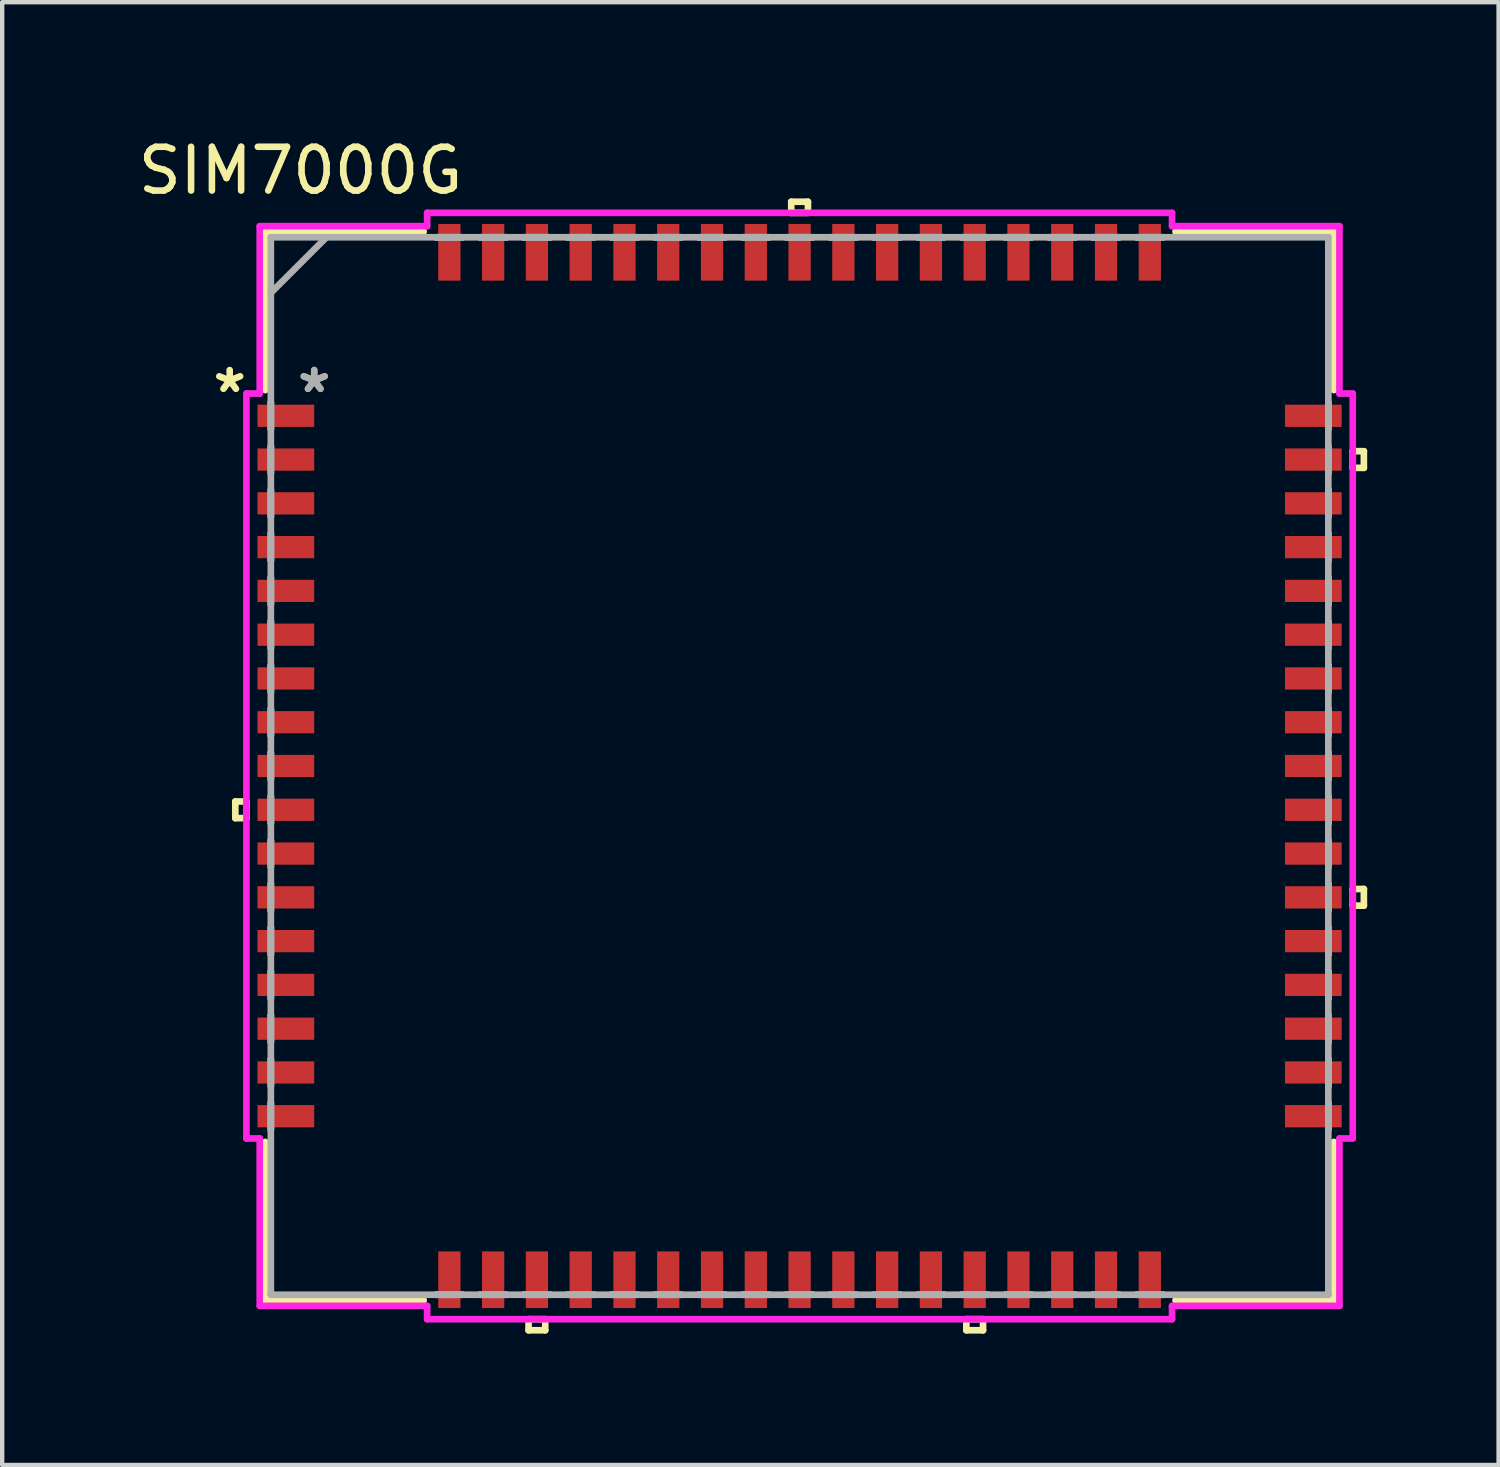
<source format=kicad_pcb>
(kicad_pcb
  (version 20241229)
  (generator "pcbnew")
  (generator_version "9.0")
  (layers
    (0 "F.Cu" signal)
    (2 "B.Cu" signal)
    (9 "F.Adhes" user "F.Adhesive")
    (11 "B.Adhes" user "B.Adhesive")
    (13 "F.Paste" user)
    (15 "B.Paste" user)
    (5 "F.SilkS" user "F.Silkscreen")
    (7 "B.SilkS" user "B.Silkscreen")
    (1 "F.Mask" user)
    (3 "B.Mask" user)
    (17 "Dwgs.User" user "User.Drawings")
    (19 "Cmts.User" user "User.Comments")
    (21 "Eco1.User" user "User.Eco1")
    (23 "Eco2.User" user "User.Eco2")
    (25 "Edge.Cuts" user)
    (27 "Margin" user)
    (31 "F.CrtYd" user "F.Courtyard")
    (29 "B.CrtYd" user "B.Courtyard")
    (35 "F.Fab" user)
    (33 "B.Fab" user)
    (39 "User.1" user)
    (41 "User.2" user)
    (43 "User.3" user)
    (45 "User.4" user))
  (footprint "SIM7000G"
    (layer "F.Cu")
    (at 15.215 14.448)
    (property "Reference" "SIM7000G" (at -11.4 -13.6 0) (layer "F.SilkS") (effects (font (size 1 1) (thickness 0.15))))
    (attr through_hole)
    (fp_line (start -12.89 0.81) (end -12.89 1.191) (stroke (width 0.152) (type solid)) (layer "F.SilkS"))
    (fp_line (start -12.89 1.191) (end -12.636 1.191) (stroke (width 0.152) (type solid)) (layer "F.SilkS"))
    (fp_line (start -12.636 0.81) (end -12.89 0.81) (stroke (width 0.152) (type solid)) (layer "F.SilkS"))
    (fp_line (start -12.636 1.191) (end -12.636 0.81) (stroke (width 0.152) (type solid)) (layer "F.SilkS"))
    (fp_line (start -12.205 -12.205) (end -12.205 -8.587) (stroke (width 0.152) (type solid)) (layer "F.SilkS"))
    (fp_line (start -12.205 8.587) (end -12.205 12.205) (stroke (width 0.152) (type solid)) (layer "F.SilkS"))
    (fp_line (start -12.205 12.205) (end -8.587 12.205) (stroke (width 0.152) (type solid)) (layer "F.SilkS"))
    (fp_line (start -8.587 -12.205) (end -12.205 -12.205) (stroke (width 0.152) (type solid)) (layer "F.SilkS"))
    (fp_line (start -6.191 12.636) (end -6.191 12.89) (stroke (width 0.152) (type solid)) (layer "F.SilkS"))
    (fp_line (start -6.191 12.89) (end -5.81 12.89) (stroke (width 0.152) (type solid)) (layer "F.SilkS"))
    (fp_line (start -5.81 12.636) (end -6.191 12.636) (stroke (width 0.152) (type solid)) (layer "F.SilkS"))
    (fp_line (start -5.81 12.89) (end -5.81 12.636) (stroke (width 0.152) (type solid)) (layer "F.SilkS"))
    (fp_line (start -0.191 -12.89) (end 0.191 -12.89) (stroke (width 0.152) (type solid)) (layer "F.SilkS"))
    (fp_line (start -0.191 -12.636) (end -0.191 -12.89) (stroke (width 0.152) (type solid)) (layer "F.SilkS"))
    (fp_line (start 0.191 -12.89) (end 0.191 -12.636) (stroke (width 0.152) (type solid)) (layer "F.SilkS"))
    (fp_line (start 0.191 -12.636) (end -0.191 -12.636) (stroke (width 0.152) (type solid)) (layer "F.SilkS"))
    (fp_line (start 3.809 12.636) (end 3.809 12.89) (stroke (width 0.152) (type solid)) (layer "F.SilkS"))
    (fp_line (start 3.809 12.89) (end 4.191 12.89) (stroke (width 0.152) (type solid)) (layer "F.SilkS"))
    (fp_line (start 4.191 12.636) (end 3.809 12.636) (stroke (width 0.152) (type solid)) (layer "F.SilkS"))
    (fp_line (start 4.191 12.89) (end 4.191 12.636) (stroke (width 0.152) (type solid)) (layer "F.SilkS"))
    (fp_line (start 8.587 12.205) (end 12.205 12.205) (stroke (width 0.152) (type solid)) (layer "F.SilkS"))
    (fp_line (start 12.205 -12.205) (end 8.587 -12.205) (stroke (width 0.152) (type solid)) (layer "F.SilkS"))
    (fp_line (start 12.205 -8.587) (end 12.205 -12.205) (stroke (width 0.152) (type solid)) (layer "F.SilkS"))
    (fp_line (start 12.205 12.205) (end 12.205 8.587) (stroke (width 0.152) (type solid)) (layer "F.SilkS"))
    (fp_line (start 12.636 -7.191) (end 12.89 -7.191) (stroke (width 0.152) (type solid)) (layer "F.SilkS"))
    (fp_line (start 12.636 -6.81) (end 12.636 -7.191) (stroke (width 0.152) (type solid)) (layer "F.SilkS"))
    (fp_line (start 12.636 2.809) (end 12.89 2.809) (stroke (width 0.152) (type solid)) (layer "F.SilkS"))
    (fp_line (start 12.636 3.19) (end 12.636 2.809) (stroke (width 0.152) (type solid)) (layer "F.SilkS"))
    (fp_line (start 12.89 -7.191) (end 12.89 -6.81) (stroke (width 0.152) (type solid)) (layer "F.SilkS"))
    (fp_line (start 12.89 -6.81) (end 12.636 -6.81) (stroke (width 0.152) (type solid)) (layer "F.SilkS"))
    (fp_line (start 12.89 2.809) (end 12.89 3.19) (stroke (width 0.152) (type solid)) (layer "F.SilkS"))
    (fp_line (start 12.89 3.19) (end 12.636 3.19) (stroke (width 0.152) (type solid)) (layer "F.SilkS"))
    (fp_line (start -12.636 -8.508) (end -12.332 -8.508) (stroke (width 0.152) (type solid)) (layer "F.CrtYd"))
    (fp_line (start -12.636 8.508) (end -12.636 -8.508) (stroke (width 0.152) (type solid)) (layer "F.CrtYd"))
    (fp_line (start -12.332 -12.332) (end -8.508 -12.332) (stroke (width 0.152) (type solid)) (layer "F.CrtYd"))
    (fp_line (start -12.332 -8.508) (end -12.332 -12.332) (stroke (width 0.152) (type solid)) (layer "F.CrtYd"))
    (fp_line (start -12.332 8.508) (end -12.636 8.508) (stroke (width 0.152) (type solid)) (layer "F.CrtYd"))
    (fp_line (start -12.332 12.332) (end -12.332 8.508) (stroke (width 0.152) (type solid)) (layer "F.CrtYd"))
    (fp_line (start -8.508 -12.636) (end 8.508 -12.636) (stroke (width 0.152) (type solid)) (layer "F.CrtYd"))
    (fp_line (start -8.508 -12.332) (end -8.508 -12.636) (stroke (width 0.152) (type solid)) (layer "F.CrtYd"))
    (fp_line (start -8.508 12.332) (end -12.332 12.332) (stroke (width 0.152) (type solid)) (layer "F.CrtYd"))
    (fp_line (start -8.508 12.636) (end -8.508 12.332) (stroke (width 0.152) (type solid)) (layer "F.CrtYd"))
    (fp_line (start 8.508 -12.636) (end 8.508 -12.332) (stroke (width 0.152) (type solid)) (layer "F.CrtYd"))
    (fp_line (start 8.508 -12.332) (end 12.332 -12.332) (stroke (width 0.152) (type solid)) (layer "F.CrtYd"))
    (fp_line (start 8.508 12.332) (end 8.508 12.636) (stroke (width 0.152) (type solid)) (layer "F.CrtYd"))
    (fp_line (start 8.508 12.636) (end -8.508 12.636) (stroke (width 0.152) (type solid)) (layer "F.CrtYd"))
    (fp_line (start 12.332 -12.332) (end 12.332 -8.508) (stroke (width 0.152) (type solid)) (layer "F.CrtYd"))
    (fp_line (start 12.332 -8.508) (end 12.636 -8.508) (stroke (width 0.152) (type solid)) (layer "F.CrtYd"))
    (fp_line (start 12.332 8.508) (end 12.332 12.332) (stroke (width 0.152) (type solid)) (layer "F.CrtYd"))
    (fp_line (start 12.332 12.332) (end 8.508 12.332) (stroke (width 0.152) (type solid)) (layer "F.CrtYd"))
    (fp_line (start 12.636 -8.508) (end 12.636 8.508) (stroke (width 0.152) (type solid)) (layer "F.CrtYd"))
    (fp_line (start 12.636 8.508) (end 12.332 8.508) (stroke (width 0.152) (type solid)) (layer "F.CrtYd"))
    (fp_line (start -12.078 -12.078) (end -12.078 -12.078) (stroke (width 0.152) (type solid)) (layer "F.Fab"))
    (fp_line (start -12.078 -12.078) (end -12.078 12.078) (stroke (width 0.152) (type solid)) (layer "F.Fab"))
    (fp_line (start -12.078 -10.808) (end -10.808 -12.078) (stroke (width 0.152) (type solid)) (layer "F.Fab"))
    (fp_line (start -12.078 -8.305) (end -12.078 -8.305) (stroke (width 0.152) (type solid)) (layer "F.Fab"))
    (fp_line (start -12.078 -8.305) (end -12.078 -7.695) (stroke (width 0.152) (type solid)) (layer "F.Fab"))
    (fp_line (start -12.078 -7.695) (end -12.078 -8.305) (stroke (width 0.152) (type solid)) (layer "F.Fab"))
    (fp_line (start -12.078 -7.695) (end -12.078 -7.695) (stroke (width 0.152) (type solid)) (layer "F.Fab"))
    (fp_line (start -12.078 -7.305) (end -12.078 -7.305) (stroke (width 0.152) (type solid)) (layer "F.Fab"))
    (fp_line (start -12.078 -7.305) (end -12.078 -6.695) (stroke (width 0.152) (type solid)) (layer "F.Fab"))
    (fp_line (start -12.078 -6.695) (end -12.078 -7.305) (stroke (width 0.152) (type solid)) (layer "F.Fab"))
    (fp_line (start -12.078 -6.695) (end -12.078 -6.695) (stroke (width 0.152) (type solid)) (layer "F.Fab"))
    (fp_line (start -12.078 -6.305) (end -12.078 -6.305) (stroke (width 0.152) (type solid)) (layer "F.Fab"))
    (fp_line (start -12.078 -6.305) (end -12.078 -5.695) (stroke (width 0.152) (type solid)) (layer "F.Fab"))
    (fp_line (start -12.078 -5.695) (end -12.078 -6.305) (stroke (width 0.152) (type solid)) (layer "F.Fab"))
    (fp_line (start -12.078 -5.695) (end -12.078 -5.695) (stroke (width 0.152) (type solid)) (layer "F.Fab"))
    (fp_line (start -12.078 -5.305) (end -12.078 -5.305) (stroke (width 0.152) (type solid)) (layer "F.Fab"))
    (fp_line (start -12.078 -5.305) (end -12.078 -4.695) (stroke (width 0.152) (type solid)) (layer "F.Fab"))
    (fp_line (start -12.078 -4.695) (end -12.078 -5.305) (stroke (width 0.152) (type solid)) (layer "F.Fab"))
    (fp_line (start -12.078 -4.695) (end -12.078 -4.695) (stroke (width 0.152) (type solid)) (layer "F.Fab"))
    (fp_line (start -12.078 -4.305) (end -12.078 -4.305) (stroke (width 0.152) (type solid)) (layer "F.Fab"))
    (fp_line (start -12.078 -4.305) (end -12.078 -3.695) (stroke (width 0.152) (type solid)) (layer "F.Fab"))
    (fp_line (start -12.078 -3.695) (end -12.078 -4.305) (stroke (width 0.152) (type solid)) (layer "F.Fab"))
    (fp_line (start -12.078 -3.695) (end -12.078 -3.695) (stroke (width 0.152) (type solid)) (layer "F.Fab"))
    (fp_line (start -12.078 -3.305) (end -12.078 -3.305) (stroke (width 0.152) (type solid)) (layer "F.Fab"))
    (fp_line (start -12.078 -3.305) (end -12.078 -2.695) (stroke (width 0.152) (type solid)) (layer "F.Fab"))
    (fp_line (start -12.078 -2.695) (end -12.078 -3.305) (stroke (width 0.152) (type solid)) (layer "F.Fab"))
    (fp_line (start -12.078 -2.695) (end -12.078 -2.695) (stroke (width 0.152) (type solid)) (layer "F.Fab"))
    (fp_line (start -12.078 -2.305) (end -12.078 -2.305) (stroke (width 0.152) (type solid)) (layer "F.Fab"))
    (fp_line (start -12.078 -2.305) (end -12.078 -1.695) (stroke (width 0.152) (type solid)) (layer "F.Fab"))
    (fp_line (start -12.078 -1.695) (end -12.078 -2.305) (stroke (width 0.152) (type solid)) (layer "F.Fab"))
    (fp_line (start -12.078 -1.695) (end -12.078 -1.695) (stroke (width 0.152) (type solid)) (layer "F.Fab"))
    (fp_line (start -12.078 -1.305) (end -12.078 -1.305) (stroke (width 0.152) (type solid)) (layer "F.Fab"))
    (fp_line (start -12.078 -1.305) (end -12.078 -0.695) (stroke (width 0.152) (type solid)) (layer "F.Fab"))
    (fp_line (start -12.078 -0.695) (end -12.078 -1.305) (stroke (width 0.152) (type solid)) (layer "F.Fab"))
    (fp_line (start -12.078 -0.695) (end -12.078 -0.695) (stroke (width 0.152) (type solid)) (layer "F.Fab"))
    (fp_line (start -12.078 -0.305) (end -12.078 -0.305) (stroke (width 0.152) (type solid)) (layer "F.Fab"))
    (fp_line (start -12.078 -0.305) (end -12.078 0.305) (stroke (width 0.152) (type solid)) (layer "F.Fab"))
    (fp_line (start -12.078 0.305) (end -12.078 -0.305) (stroke (width 0.152) (type solid)) (layer "F.Fab"))
    (fp_line (start -12.078 0.305) (end -12.078 0.305) (stroke (width 0.152) (type solid)) (layer "F.Fab"))
    (fp_line (start -12.078 0.695) (end -12.078 0.695) (stroke (width 0.152) (type solid)) (layer "F.Fab"))
    (fp_line (start -12.078 0.695) (end -12.078 1.305) (stroke (width 0.152) (type solid)) (layer "F.Fab"))
    (fp_line (start -12.078 1.305) (end -12.078 0.695) (stroke (width 0.152) (type solid)) (layer "F.Fab"))
    (fp_line (start -12.078 1.305) (end -12.078 1.305) (stroke (width 0.152) (type solid)) (layer "F.Fab"))
    (fp_line (start -12.078 1.695) (end -12.078 1.695) (stroke (width 0.152) (type solid)) (layer "F.Fab"))
    (fp_line (start -12.078 1.695) (end -12.078 2.305) (stroke (width 0.152) (type solid)) (layer "F.Fab"))
    (fp_line (start -12.078 2.305) (end -12.078 1.695) (stroke (width 0.152) (type solid)) (layer "F.Fab"))
    (fp_line (start -12.078 2.305) (end -12.078 2.305) (stroke (width 0.152) (type solid)) (layer "F.Fab"))
    (fp_line (start -12.078 2.695) (end -12.078 2.695) (stroke (width 0.152) (type solid)) (layer "F.Fab"))
    (fp_line (start -12.078 2.695) (end -12.078 3.305) (stroke (width 0.152) (type solid)) (layer "F.Fab"))
    (fp_line (start -12.078 3.305) (end -12.078 2.695) (stroke (width 0.152) (type solid)) (layer "F.Fab"))
    (fp_line (start -12.078 3.305) (end -12.078 3.305) (stroke (width 0.152) (type solid)) (layer "F.Fab"))
    (fp_line (start -12.078 3.695) (end -12.078 3.695) (stroke (width 0.152) (type solid)) (layer "F.Fab"))
    (fp_line (start -12.078 3.695) (end -12.078 4.305) (stroke (width 0.152) (type solid)) (layer "F.Fab"))
    (fp_line (start -12.078 4.305) (end -12.078 3.695) (stroke (width 0.152) (type solid)) (layer "F.Fab"))
    (fp_line (start -12.078 4.305) (end -12.078 4.305) (stroke (width 0.152) (type solid)) (layer "F.Fab"))
    (fp_line (start -12.078 4.695) (end -12.078 4.695) (stroke (width 0.152) (type solid)) (layer "F.Fab"))
    (fp_line (start -12.078 4.695) (end -12.078 5.305) (stroke (width 0.152) (type solid)) (layer "F.Fab"))
    (fp_line (start -12.078 5.305) (end -12.078 4.695) (stroke (width 0.152) (type solid)) (layer "F.Fab"))
    (fp_line (start -12.078 5.305) (end -12.078 5.305) (stroke (width 0.152) (type solid)) (layer "F.Fab"))
    (fp_line (start -12.078 5.695) (end -12.078 5.695) (stroke (width 0.152) (type solid)) (layer "F.Fab"))
    (fp_line (start -12.078 5.695) (end -12.078 6.305) (stroke (width 0.152) (type solid)) (layer "F.Fab"))
    (fp_line (start -12.078 6.305) (end -12.078 5.695) (stroke (width 0.152) (type solid)) (layer "F.Fab"))
    (fp_line (start -12.078 6.305) (end -12.078 6.305) (stroke (width 0.152) (type solid)) (layer "F.Fab"))
    (fp_line (start -12.078 6.695) (end -12.078 6.695) (stroke (width 0.152) (type solid)) (layer "F.Fab"))
    (fp_line (start -12.078 6.695) (end -12.078 7.305) (stroke (width 0.152) (type solid)) (layer "F.Fab"))
    (fp_line (start -12.078 7.305) (end -12.078 6.695) (stroke (width 0.152) (type solid)) (layer "F.Fab"))
    (fp_line (start -12.078 7.305) (end -12.078 7.305) (stroke (width 0.152) (type solid)) (layer "F.Fab"))
    (fp_line (start -12.078 7.695) (end -12.078 7.695) (stroke (width 0.152) (type solid)) (layer "F.Fab"))
    (fp_line (start -12.078 7.695) (end -12.078 8.305) (stroke (width 0.152) (type solid)) (layer "F.Fab"))
    (fp_line (start -12.078 8.305) (end -12.078 7.695) (stroke (width 0.152) (type solid)) (layer "F.Fab"))
    (fp_line (start -12.078 8.305) (end -12.078 8.305) (stroke (width 0.152) (type solid)) (layer "F.Fab"))
    (fp_line (start -12.078 12.078) (end -12.078 12.078) (stroke (width 0.152) (type solid)) (layer "F.Fab"))
    (fp_line (start -12.078 12.078) (end 12.078 12.078) (stroke (width 0.152) (type solid)) (layer "F.Fab"))
    (fp_line (start -8.305 -12.078) (end -8.305 -12.078) (stroke (width 0.152) (type solid)) (layer "F.Fab"))
    (fp_line (start -8.305 -12.078) (end -7.695 -12.078) (stroke (width 0.152) (type solid)) (layer "F.Fab"))
    (fp_line (start -8.305 12.078) (end -8.305 12.078) (stroke (width 0.152) (type solid)) (layer "F.Fab"))
    (fp_line (start -8.305 12.078) (end -7.695 12.078) (stroke (width 0.152) (type solid)) (layer "F.Fab"))
    (fp_line (start -7.695 -12.078) (end -8.305 -12.078) (stroke (width 0.152) (type solid)) (layer "F.Fab"))
    (fp_line (start -7.695 -12.078) (end -7.695 -12.078) (stroke (width 0.152) (type solid)) (layer "F.Fab"))
    (fp_line (start -7.695 12.078) (end -8.305 12.078) (stroke (width 0.152) (type solid)) (layer "F.Fab"))
    (fp_line (start -7.695 12.078) (end -7.695 12.078) (stroke (width 0.152) (type solid)) (layer "F.Fab"))
    (fp_line (start -7.305 -12.078) (end -7.305 -12.078) (stroke (width 0.152) (type solid)) (layer "F.Fab"))
    (fp_line (start -7.305 -12.078) (end -6.695 -12.078) (stroke (width 0.152) (type solid)) (layer "F.Fab"))
    (fp_line (start -7.305 12.078) (end -7.305 12.078) (stroke (width 0.152) (type solid)) (layer "F.Fab"))
    (fp_line (start -7.305 12.078) (end -6.695 12.078) (stroke (width 0.152) (type solid)) (layer "F.Fab"))
    (fp_line (start -6.695 -12.078) (end -7.305 -12.078) (stroke (width 0.152) (type solid)) (layer "F.Fab"))
    (fp_line (start -6.695 -12.078) (end -6.695 -12.078) (stroke (width 0.152) (type solid)) (layer "F.Fab"))
    (fp_line (start -6.695 12.078) (end -7.305 12.078) (stroke (width 0.152) (type solid)) (layer "F.Fab"))
    (fp_line (start -6.695 12.078) (end -6.695 12.078) (stroke (width 0.152) (type solid)) (layer "F.Fab"))
    (fp_line (start -6.305 -12.078) (end -6.305 -12.078) (stroke (width 0.152) (type solid)) (layer "F.Fab"))
    (fp_line (start -6.305 -12.078) (end -5.695 -12.078) (stroke (width 0.152) (type solid)) (layer "F.Fab"))
    (fp_line (start -6.305 12.078) (end -6.305 12.078) (stroke (width 0.152) (type solid)) (layer "F.Fab"))
    (fp_line (start -6.305 12.078) (end -5.695 12.078) (stroke (width 0.152) (type solid)) (layer "F.Fab"))
    (fp_line (start -5.695 -12.078) (end -6.305 -12.078) (stroke (width 0.152) (type solid)) (layer "F.Fab"))
    (fp_line (start -5.695 -12.078) (end -5.695 -12.078) (stroke (width 0.152) (type solid)) (layer "F.Fab"))
    (fp_line (start -5.695 12.078) (end -6.305 12.078) (stroke (width 0.152) (type solid)) (layer "F.Fab"))
    (fp_line (start -5.695 12.078) (end -5.695 12.078) (stroke (width 0.152) (type solid)) (layer "F.Fab"))
    (fp_line (start -5.305 -12.078) (end -5.305 -12.078) (stroke (width 0.152) (type solid)) (layer "F.Fab"))
    (fp_line (start -5.305 -12.078) (end -4.695 -12.078) (stroke (width 0.152) (type solid)) (layer "F.Fab"))
    (fp_line (start -5.305 12.078) (end -5.305 12.078) (stroke (width 0.152) (type solid)) (layer "F.Fab"))
    (fp_line (start -5.305 12.078) (end -4.695 12.078) (stroke (width 0.152) (type solid)) (layer "F.Fab"))
    (fp_line (start -4.695 -12.078) (end -5.305 -12.078) (stroke (width 0.152) (type solid)) (layer "F.Fab"))
    (fp_line (start -4.695 -12.078) (end -4.695 -12.078) (stroke (width 0.152) (type solid)) (layer "F.Fab"))
    (fp_line (start -4.695 12.078) (end -5.305 12.078) (stroke (width 0.152) (type solid)) (layer "F.Fab"))
    (fp_line (start -4.695 12.078) (end -4.695 12.078) (stroke (width 0.152) (type solid)) (layer "F.Fab"))
    (fp_line (start -4.305 -12.078) (end -4.305 -12.078) (stroke (width 0.152) (type solid)) (layer "F.Fab"))
    (fp_line (start -4.305 -12.078) (end -3.695 -12.078) (stroke (width 0.152) (type solid)) (layer "F.Fab"))
    (fp_line (start -4.305 12.078) (end -4.305 12.078) (stroke (width 0.152) (type solid)) (layer "F.Fab"))
    (fp_line (start -4.305 12.078) (end -3.695 12.078) (stroke (width 0.152) (type solid)) (layer "F.Fab"))
    (fp_line (start -3.695 -12.078) (end -4.305 -12.078) (stroke (width 0.152) (type solid)) (layer "F.Fab"))
    (fp_line (start -3.695 -12.078) (end -3.695 -12.078) (stroke (width 0.152) (type solid)) (layer "F.Fab"))
    (fp_line (start -3.695 12.078) (end -4.305 12.078) (stroke (width 0.152) (type solid)) (layer "F.Fab"))
    (fp_line (start -3.695 12.078) (end -3.695 12.078) (stroke (width 0.152) (type solid)) (layer "F.Fab"))
    (fp_line (start -3.305 -12.078) (end -3.305 -12.078) (stroke (width 0.152) (type solid)) (layer "F.Fab"))
    (fp_line (start -3.305 -12.078) (end -2.695 -12.078) (stroke (width 0.152) (type solid)) (layer "F.Fab"))
    (fp_line (start -3.305 12.078) (end -3.305 12.078) (stroke (width 0.152) (type solid)) (layer "F.Fab"))
    (fp_line (start -3.305 12.078) (end -2.695 12.078) (stroke (width 0.152) (type solid)) (layer "F.Fab"))
    (fp_line (start -2.695 -12.078) (end -3.305 -12.078) (stroke (width 0.152) (type solid)) (layer "F.Fab"))
    (fp_line (start -2.695 -12.078) (end -2.695 -12.078) (stroke (width 0.152) (type solid)) (layer "F.Fab"))
    (fp_line (start -2.695 12.078) (end -3.305 12.078) (stroke (width 0.152) (type solid)) (layer "F.Fab"))
    (fp_line (start -2.695 12.078) (end -2.695 12.078) (stroke (width 0.152) (type solid)) (layer "F.Fab"))
    (fp_line (start -2.305 -12.078) (end -2.305 -12.078) (stroke (width 0.152) (type solid)) (layer "F.Fab"))
    (fp_line (start -2.305 -12.078) (end -1.695 -12.078) (stroke (width 0.152) (type solid)) (layer "F.Fab"))
    (fp_line (start -2.305 12.078) (end -2.305 12.078) (stroke (width 0.152) (type solid)) (layer "F.Fab"))
    (fp_line (start -2.305 12.078) (end -1.695 12.078) (stroke (width 0.152) (type solid)) (layer "F.Fab"))
    (fp_line (start -1.695 -12.078) (end -2.305 -12.078) (stroke (width 0.152) (type solid)) (layer "F.Fab"))
    (fp_line (start -1.695 -12.078) (end -1.695 -12.078) (stroke (width 0.152) (type solid)) (layer "F.Fab"))
    (fp_line (start -1.695 12.078) (end -2.305 12.078) (stroke (width 0.152) (type solid)) (layer "F.Fab"))
    (fp_line (start -1.695 12.078) (end -1.695 12.078) (stroke (width 0.152) (type solid)) (layer "F.Fab"))
    (fp_line (start -1.305 -12.078) (end -1.305 -12.078) (stroke (width 0.152) (type solid)) (layer "F.Fab"))
    (fp_line (start -1.305 -12.078) (end -0.695 -12.078) (stroke (width 0.152) (type solid)) (layer "F.Fab"))
    (fp_line (start -1.305 12.078) (end -1.305 12.078) (stroke (width 0.152) (type solid)) (layer "F.Fab"))
    (fp_line (start -1.305 12.078) (end -0.695 12.078) (stroke (width 0.152) (type solid)) (layer "F.Fab"))
    (fp_line (start -0.695 -12.078) (end -1.305 -12.078) (stroke (width 0.152) (type solid)) (layer "F.Fab"))
    (fp_line (start -0.695 -12.078) (end -0.695 -12.078) (stroke (width 0.152) (type solid)) (layer "F.Fab"))
    (fp_line (start -0.695 12.078) (end -1.305 12.078) (stroke (width 0.152) (type solid)) (layer "F.Fab"))
    (fp_line (start -0.695 12.078) (end -0.695 12.078) (stroke (width 0.152) (type solid)) (layer "F.Fab"))
    (fp_line (start -0.305 -12.078) (end -0.305 -12.078) (stroke (width 0.152) (type solid)) (layer "F.Fab"))
    (fp_line (start -0.305 -12.078) (end 0.305 -12.078) (stroke (width 0.152) (type solid)) (layer "F.Fab"))
    (fp_line (start -0.305 12.078) (end -0.305 12.078) (stroke (width 0.152) (type solid)) (layer "F.Fab"))
    (fp_line (start -0.305 12.078) (end 0.305 12.078) (stroke (width 0.152) (type solid)) (layer "F.Fab"))
    (fp_line (start 0.305 -12.078) (end -0.305 -12.078) (stroke (width 0.152) (type solid)) (layer "F.Fab"))
    (fp_line (start 0.305 -12.078) (end 0.305 -12.078) (stroke (width 0.152) (type solid)) (layer "F.Fab"))
    (fp_line (start 0.305 12.078) (end -0.305 12.078) (stroke (width 0.152) (type solid)) (layer "F.Fab"))
    (fp_line (start 0.305 12.078) (end 0.305 12.078) (stroke (width 0.152) (type solid)) (layer "F.Fab"))
    (fp_line (start 0.695 -12.078) (end 0.695 -12.078) (stroke (width 0.152) (type solid)) (layer "F.Fab"))
    (fp_line (start 0.695 -12.078) (end 1.305 -12.078) (stroke (width 0.152) (type solid)) (layer "F.Fab"))
    (fp_line (start 0.695 12.078) (end 0.695 12.078) (stroke (width 0.152) (type solid)) (layer "F.Fab"))
    (fp_line (start 0.695 12.078) (end 1.305 12.078) (stroke (width 0.152) (type solid)) (layer "F.Fab"))
    (fp_line (start 1.305 -12.078) (end 0.695 -12.078) (stroke (width 0.152) (type solid)) (layer "F.Fab"))
    (fp_line (start 1.305 -12.078) (end 1.305 -12.078) (stroke (width 0.152) (type solid)) (layer "F.Fab"))
    (fp_line (start 1.305 12.078) (end 0.695 12.078) (stroke (width 0.152) (type solid)) (layer "F.Fab"))
    (fp_line (start 1.305 12.078) (end 1.305 12.078) (stroke (width 0.152) (type solid)) (layer "F.Fab"))
    (fp_line (start 1.695 -12.078) (end 1.695 -12.078) (stroke (width 0.152) (type solid)) (layer "F.Fab"))
    (fp_line (start 1.695 -12.078) (end 2.305 -12.078) (stroke (width 0.152) (type solid)) (layer "F.Fab"))
    (fp_line (start 1.695 12.078) (end 1.695 12.078) (stroke (width 0.152) (type solid)) (layer "F.Fab"))
    (fp_line (start 1.695 12.078) (end 2.305 12.078) (stroke (width 0.152) (type solid)) (layer "F.Fab"))
    (fp_line (start 2.305 -12.078) (end 1.695 -12.078) (stroke (width 0.152) (type solid)) (layer "F.Fab"))
    (fp_line (start 2.305 -12.078) (end 2.305 -12.078) (stroke (width 0.152) (type solid)) (layer "F.Fab"))
    (fp_line (start 2.305 12.078) (end 1.695 12.078) (stroke (width 0.152) (type solid)) (layer "F.Fab"))
    (fp_line (start 2.305 12.078) (end 2.305 12.078) (stroke (width 0.152) (type solid)) (layer "F.Fab"))
    (fp_line (start 2.695 -12.078) (end 2.695 -12.078) (stroke (width 0.152) (type solid)) (layer "F.Fab"))
    (fp_line (start 2.695 -12.078) (end 3.305 -12.078) (stroke (width 0.152) (type solid)) (layer "F.Fab"))
    (fp_line (start 2.695 12.078) (end 2.695 12.078) (stroke (width 0.152) (type solid)) (layer "F.Fab"))
    (fp_line (start 2.695 12.078) (end 3.305 12.078) (stroke (width 0.152) (type solid)) (layer "F.Fab"))
    (fp_line (start 3.305 -12.078) (end 2.695 -12.078) (stroke (width 0.152) (type solid)) (layer "F.Fab"))
    (fp_line (start 3.305 -12.078) (end 3.305 -12.078) (stroke (width 0.152) (type solid)) (layer "F.Fab"))
    (fp_line (start 3.305 12.078) (end 2.695 12.078) (stroke (width 0.152) (type solid)) (layer "F.Fab"))
    (fp_line (start 3.305 12.078) (end 3.305 12.078) (stroke (width 0.152) (type solid)) (layer "F.Fab"))
    (fp_line (start 3.695 -12.078) (end 3.695 -12.078) (stroke (width 0.152) (type solid)) (layer "F.Fab"))
    (fp_line (start 3.695 -12.078) (end 4.305 -12.078) (stroke (width 0.152) (type solid)) (layer "F.Fab"))
    (fp_line (start 3.695 12.078) (end 3.695 12.078) (stroke (width 0.152) (type solid)) (layer "F.Fab"))
    (fp_line (start 3.695 12.078) (end 4.305 12.078) (stroke (width 0.152) (type solid)) (layer "F.Fab"))
    (fp_line (start 4.305 -12.078) (end 3.695 -12.078) (stroke (width 0.152) (type solid)) (layer "F.Fab"))
    (fp_line (start 4.305 -12.078) (end 4.305 -12.078) (stroke (width 0.152) (type solid)) (layer "F.Fab"))
    (fp_line (start 4.305 12.078) (end 3.695 12.078) (stroke (width 0.152) (type solid)) (layer "F.Fab"))
    (fp_line (start 4.305 12.078) (end 4.305 12.078) (stroke (width 0.152) (type solid)) (layer "F.Fab"))
    (fp_line (start 4.695 -12.078) (end 4.695 -12.078) (stroke (width 0.152) (type solid)) (layer "F.Fab"))
    (fp_line (start 4.695 -12.078) (end 5.305 -12.078) (stroke (width 0.152) (type solid)) (layer "F.Fab"))
    (fp_line (start 4.695 12.078) (end 4.695 12.078) (stroke (width 0.152) (type solid)) (layer "F.Fab"))
    (fp_line (start 4.695 12.078) (end 5.305 12.078) (stroke (width 0.152) (type solid)) (layer "F.Fab"))
    (fp_line (start 5.305 -12.078) (end 4.695 -12.078) (stroke (width 0.152) (type solid)) (layer "F.Fab"))
    (fp_line (start 5.305 -12.078) (end 5.305 -12.078) (stroke (width 0.152) (type solid)) (layer "F.Fab"))
    (fp_line (start 5.305 12.078) (end 4.695 12.078) (stroke (width 0.152) (type solid)) (layer "F.Fab"))
    (fp_line (start 5.305 12.078) (end 5.305 12.078) (stroke (width 0.152) (type solid)) (layer "F.Fab"))
    (fp_line (start 5.695 -12.078) (end 5.695 -12.078) (stroke (width 0.152) (type solid)) (layer "F.Fab"))
    (fp_line (start 5.695 -12.078) (end 6.305 -12.078) (stroke (width 0.152) (type solid)) (layer "F.Fab"))
    (fp_line (start 5.695 12.078) (end 5.695 12.078) (stroke (width 0.152) (type solid)) (layer "F.Fab"))
    (fp_line (start 5.695 12.078) (end 6.305 12.078) (stroke (width 0.152) (type solid)) (layer "F.Fab"))
    (fp_line (start 6.305 -12.078) (end 5.695 -12.078) (stroke (width 0.152) (type solid)) (layer "F.Fab"))
    (fp_line (start 6.305 -12.078) (end 6.305 -12.078) (stroke (width 0.152) (type solid)) (layer "F.Fab"))
    (fp_line (start 6.305 12.078) (end 5.695 12.078) (stroke (width 0.152) (type solid)) (layer "F.Fab"))
    (fp_line (start 6.305 12.078) (end 6.305 12.078) (stroke (width 0.152) (type solid)) (layer "F.Fab"))
    (fp_line (start 6.695 -12.078) (end 6.695 -12.078) (stroke (width 0.152) (type solid)) (layer "F.Fab"))
    (fp_line (start 6.695 -12.078) (end 7.305 -12.078) (stroke (width 0.152) (type solid)) (layer "F.Fab"))
    (fp_line (start 6.695 12.078) (end 6.695 12.078) (stroke (width 0.152) (type solid)) (layer "F.Fab"))
    (fp_line (start 6.695 12.078) (end 7.305 12.078) (stroke (width 0.152) (type solid)) (layer "F.Fab"))
    (fp_line (start 7.305 -12.078) (end 6.695 -12.078) (stroke (width 0.152) (type solid)) (layer "F.Fab"))
    (fp_line (start 7.305 -12.078) (end 7.305 -12.078) (stroke (width 0.152) (type solid)) (layer "F.Fab"))
    (fp_line (start 7.305 12.078) (end 6.695 12.078) (stroke (width 0.152) (type solid)) (layer "F.Fab"))
    (fp_line (start 7.305 12.078) (end 7.305 12.078) (stroke (width 0.152) (type solid)) (layer "F.Fab"))
    (fp_line (start 7.695 -12.078) (end 7.695 -12.078) (stroke (width 0.152) (type solid)) (layer "F.Fab"))
    (fp_line (start 7.695 -12.078) (end 8.305 -12.078) (stroke (width 0.152) (type solid)) (layer "F.Fab"))
    (fp_line (start 7.695 12.078) (end 7.695 12.078) (stroke (width 0.152) (type solid)) (layer "F.Fab"))
    (fp_line (start 7.695 12.078) (end 8.305 12.078) (stroke (width 0.152) (type solid)) (layer "F.Fab"))
    (fp_line (start 8.305 -12.078) (end 7.695 -12.078) (stroke (width 0.152) (type solid)) (layer "F.Fab"))
    (fp_line (start 8.305 -12.078) (end 8.305 -12.078) (stroke (width 0.152) (type solid)) (layer "F.Fab"))
    (fp_line (start 8.305 12.078) (end 7.695 12.078) (stroke (width 0.152) (type solid)) (layer "F.Fab"))
    (fp_line (start 8.305 12.078) (end 8.305 12.078) (stroke (width 0.152) (type solid)) (layer "F.Fab"))
    (fp_line (start 12.078 -12.078) (end -12.078 -12.078) (stroke (width 0.152) (type solid)) (layer "F.Fab"))
    (fp_line (start 12.078 -12.078) (end 12.078 -12.078) (stroke (width 0.152) (type solid)) (layer "F.Fab"))
    (fp_line (start 12.078 -8.305) (end 12.078 -8.305) (stroke (width 0.152) (type solid)) (layer "F.Fab"))
    (fp_line (start 12.078 -8.305) (end 12.078 -7.695) (stroke (width 0.152) (type solid)) (layer "F.Fab"))
    (fp_line (start 12.078 -7.695) (end 12.078 -8.305) (stroke (width 0.152) (type solid)) (layer "F.Fab"))
    (fp_line (start 12.078 -7.695) (end 12.078 -7.695) (stroke (width 0.152) (type solid)) (layer "F.Fab"))
    (fp_line (start 12.078 -7.305) (end 12.078 -7.305) (stroke (width 0.152) (type solid)) (layer "F.Fab"))
    (fp_line (start 12.078 -7.305) (end 12.078 -6.695) (stroke (width 0.152) (type solid)) (layer "F.Fab"))
    (fp_line (start 12.078 -6.695) (end 12.078 -7.305) (stroke (width 0.152) (type solid)) (layer "F.Fab"))
    (fp_line (start 12.078 -6.695) (end 12.078 -6.695) (stroke (width 0.152) (type solid)) (layer "F.Fab"))
    (fp_line (start 12.078 -6.305) (end 12.078 -6.305) (stroke (width 0.152) (type solid)) (layer "F.Fab"))
    (fp_line (start 12.078 -6.305) (end 12.078 -5.695) (stroke (width 0.152) (type solid)) (layer "F.Fab"))
    (fp_line (start 12.078 -5.695) (end 12.078 -6.305) (stroke (width 0.152) (type solid)) (layer "F.Fab"))
    (fp_line (start 12.078 -5.695) (end 12.078 -5.695) (stroke (width 0.152) (type solid)) (layer "F.Fab"))
    (fp_line (start 12.078 -5.305) (end 12.078 -5.305) (stroke (width 0.152) (type solid)) (layer "F.Fab"))
    (fp_line (start 12.078 -5.305) (end 12.078 -4.695) (stroke (width 0.152) (type solid)) (layer "F.Fab"))
    (fp_line (start 12.078 -4.695) (end 12.078 -5.305) (stroke (width 0.152) (type solid)) (layer "F.Fab"))
    (fp_line (start 12.078 -4.695) (end 12.078 -4.695) (stroke (width 0.152) (type solid)) (layer "F.Fab"))
    (fp_line (start 12.078 -4.305) (end 12.078 -4.305) (stroke (width 0.152) (type solid)) (layer "F.Fab"))
    (fp_line (start 12.078 -4.305) (end 12.078 -3.695) (stroke (width 0.152) (type solid)) (layer "F.Fab"))
    (fp_line (start 12.078 -3.695) (end 12.078 -4.305) (stroke (width 0.152) (type solid)) (layer "F.Fab"))
    (fp_line (start 12.078 -3.695) (end 12.078 -3.695) (stroke (width 0.152) (type solid)) (layer "F.Fab"))
    (fp_line (start 12.078 -3.305) (end 12.078 -3.305) (stroke (width 0.152) (type solid)) (layer "F.Fab"))
    (fp_line (start 12.078 -3.305) (end 12.078 -2.695) (stroke (width 0.152) (type solid)) (layer "F.Fab"))
    (fp_line (start 12.078 -2.695) (end 12.078 -3.305) (stroke (width 0.152) (type solid)) (layer "F.Fab"))
    (fp_line (start 12.078 -2.695) (end 12.078 -2.695) (stroke (width 0.152) (type solid)) (layer "F.Fab"))
    (fp_line (start 12.078 -2.305) (end 12.078 -2.305) (stroke (width 0.152) (type solid)) (layer "F.Fab"))
    (fp_line (start 12.078 -2.305) (end 12.078 -1.695) (stroke (width 0.152) (type solid)) (layer "F.Fab"))
    (fp_line (start 12.078 -1.695) (end 12.078 -2.305) (stroke (width 0.152) (type solid)) (layer "F.Fab"))
    (fp_line (start 12.078 -1.695) (end 12.078 -1.695) (stroke (width 0.152) (type solid)) (layer "F.Fab"))
    (fp_line (start 12.078 -1.305) (end 12.078 -1.305) (stroke (width 0.152) (type solid)) (layer "F.Fab"))
    (fp_line (start 12.078 -1.305) (end 12.078 -0.695) (stroke (width 0.152) (type solid)) (layer "F.Fab"))
    (fp_line (start 12.078 -0.695) (end 12.078 -1.305) (stroke (width 0.152) (type solid)) (layer "F.Fab"))
    (fp_line (start 12.078 -0.695) (end 12.078 -0.695) (stroke (width 0.152) (type solid)) (layer "F.Fab"))
    (fp_line (start 12.078 -0.305) (end 12.078 -0.305) (stroke (width 0.152) (type solid)) (layer "F.Fab"))
    (fp_line (start 12.078 -0.305) (end 12.078 0.305) (stroke (width 0.152) (type solid)) (layer "F.Fab"))
    (fp_line (start 12.078 0.305) (end 12.078 -0.305) (stroke (width 0.152) (type solid)) (layer "F.Fab"))
    (fp_line (start 12.078 0.305) (end 12.078 0.305) (stroke (width 0.152) (type solid)) (layer "F.Fab"))
    (fp_line (start 12.078 0.695) (end 12.078 0.695) (stroke (width 0.152) (type solid)) (layer "F.Fab"))
    (fp_line (start 12.078 0.695) (end 12.078 1.305) (stroke (width 0.152) (type solid)) (layer "F.Fab"))
    (fp_line (start 12.078 1.305) (end 12.078 0.695) (stroke (width 0.152) (type solid)) (layer "F.Fab"))
    (fp_line (start 12.078 1.305) (end 12.078 1.305) (stroke (width 0.152) (type solid)) (layer "F.Fab"))
    (fp_line (start 12.078 1.695) (end 12.078 1.695) (stroke (width 0.152) (type solid)) (layer "F.Fab"))
    (fp_line (start 12.078 1.695) (end 12.078 2.305) (stroke (width 0.152) (type solid)) (layer "F.Fab"))
    (fp_line (start 12.078 2.305) (end 12.078 1.695) (stroke (width 0.152) (type solid)) (layer "F.Fab"))
    (fp_line (start 12.078 2.305) (end 12.078 2.305) (stroke (width 0.152) (type solid)) (layer "F.Fab"))
    (fp_line (start 12.078 2.695) (end 12.078 2.695) (stroke (width 0.152) (type solid)) (layer "F.Fab"))
    (fp_line (start 12.078 2.695) (end 12.078 3.305) (stroke (width 0.152) (type solid)) (layer "F.Fab"))
    (fp_line (start 12.078 3.305) (end 12.078 2.695) (stroke (width 0.152) (type solid)) (layer "F.Fab"))
    (fp_line (start 12.078 3.305) (end 12.078 3.305) (stroke (width 0.152) (type solid)) (layer "F.Fab"))
    (fp_line (start 12.078 3.695) (end 12.078 3.695) (stroke (width 0.152) (type solid)) (layer "F.Fab"))
    (fp_line (start 12.078 3.695) (end 12.078 4.305) (stroke (width 0.152) (type solid)) (layer "F.Fab"))
    (fp_line (start 12.078 4.305) (end 12.078 3.695) (stroke (width 0.152) (type solid)) (layer "F.Fab"))
    (fp_line (start 12.078 4.305) (end 12.078 4.305) (stroke (width 0.152) (type solid)) (layer "F.Fab"))
    (fp_line (start 12.078 4.695) (end 12.078 4.695) (stroke (width 0.152) (type solid)) (layer "F.Fab"))
    (fp_line (start 12.078 4.695) (end 12.078 5.305) (stroke (width 0.152) (type solid)) (layer "F.Fab"))
    (fp_line (start 12.078 5.305) (end 12.078 4.695) (stroke (width 0.152) (type solid)) (layer "F.Fab"))
    (fp_line (start 12.078 5.305) (end 12.078 5.305) (stroke (width 0.152) (type solid)) (layer "F.Fab"))
    (fp_line (start 12.078 5.695) (end 12.078 5.695) (stroke (width 0.152) (type solid)) (layer "F.Fab"))
    (fp_line (start 12.078 5.695) (end 12.078 6.305) (stroke (width 0.152) (type solid)) (layer "F.Fab"))
    (fp_line (start 12.078 6.305) (end 12.078 5.695) (stroke (width 0.152) (type solid)) (layer "F.Fab"))
    (fp_line (start 12.078 6.305) (end 12.078 6.305) (stroke (width 0.152) (type solid)) (layer "F.Fab"))
    (fp_line (start 12.078 6.695) (end 12.078 6.695) (stroke (width 0.152) (type solid)) (layer "F.Fab"))
    (fp_line (start 12.078 6.695) (end 12.078 7.305) (stroke (width 0.152) (type solid)) (layer "F.Fab"))
    (fp_line (start 12.078 7.305) (end 12.078 6.695) (stroke (width 0.152) (type solid)) (layer "F.Fab"))
    (fp_line (start 12.078 7.305) (end 12.078 7.305) (stroke (width 0.152) (type solid)) (layer "F.Fab"))
    (fp_line (start 12.078 7.695) (end 12.078 7.695) (stroke (width 0.152) (type solid)) (layer "F.Fab"))
    (fp_line (start 12.078 7.695) (end 12.078 8.305) (stroke (width 0.152) (type solid)) (layer "F.Fab"))
    (fp_line (start 12.078 8.305) (end 12.078 7.695) (stroke (width 0.152) (type solid)) (layer "F.Fab"))
    (fp_line (start 12.078 8.305) (end 12.078 8.305) (stroke (width 0.152) (type solid)) (layer "F.Fab"))
    (fp_line (start 12.078 12.078) (end 12.078 -12.078) (stroke (width 0.152) (type solid)) (layer "F.Fab"))
    (fp_line (start 12.078 12.078) (end 12.078 12.078) (stroke (width 0.152) (type solid)) (layer "F.Fab"))
    (fp_text user "*" (at -13.018 -8.5 0) (layer "F.SilkS") (effects (font (size 1 1) (thickness 0.15))))
    (fp_text user "*" (at -11.087 -8.5 0) (layer "F.Fab") (effects (font (size 1 1) (thickness 0.15))))
    (fp_text user "*" (at -11.087 -8.5 0) (layer "F.Fab") (effects (font (size 1 1) (thickness 0.15))))
    (pad "1" smd rect (at -11.735 -8 90) (size 0.508 1.295) (layers "F.Cu" "F.Mask" "F.Paste"))
    (pad "2" smd rect (at -11.735 -7 90) (size 0.508 1.295) (layers "F.Cu" "F.Mask" "F.Paste"))
    (pad "3" smd rect (at -11.735 -6 90) (size 0.508 1.295) (layers "F.Cu" "F.Mask" "F.Paste"))
    (pad "4" smd rect (at -11.735 -5 90) (size 0.508 1.295) (layers "F.Cu" "F.Mask" "F.Paste"))
    (pad "5" smd rect (at -11.735 -4 90) (size 0.508 1.295) (layers "F.Cu" "F.Mask" "F.Paste"))
    (pad "6" smd rect (at -11.735 -3 90) (size 0.508 1.295) (layers "F.Cu" "F.Mask" "F.Paste"))
    (pad "7" smd rect (at -11.735 -2 90) (size 0.508 1.295) (layers "F.Cu" "F.Mask" "F.Paste"))
    (pad "8" smd rect (at -11.735 -1 90) (size 0.508 1.295) (layers "F.Cu" "F.Mask" "F.Paste"))
    (pad "9" smd rect (at -11.735 0 90) (size 0.508 1.295) (layers "F.Cu" "F.Mask" "F.Paste"))
    (pad "10" smd rect (at -11.735 1 90) (size 0.508 1.295) (layers "F.Cu" "F.Mask" "F.Paste"))
    (pad "11" smd rect (at -11.735 2 90) (size 0.508 1.295) (layers "F.Cu" "F.Mask" "F.Paste"))
    (pad "12" smd rect (at -11.735 3 90) (size 0.508 1.295) (layers "F.Cu" "F.Mask" "F.Paste"))
    (pad "13" smd rect (at -11.735 4 90) (size 0.508 1.295) (layers "F.Cu" "F.Mask" "F.Paste"))
    (pad "14" smd rect (at -11.735 5 90) (size 0.508 1.295) (layers "F.Cu" "F.Mask" "F.Paste"))
    (pad "15" smd rect (at -11.735 6 90) (size 0.508 1.295) (layers "F.Cu" "F.Mask" "F.Paste"))
    (pad "16" smd rect (at -11.735 7 90) (size 0.508 1.295) (layers "F.Cu" "F.Mask" "F.Paste"))
    (pad "17" smd rect (at -11.735 8 90) (size 0.508 1.295) (layers "F.Cu" "F.Mask" "F.Paste"))
    (pad "18" smd rect (at -8 11.735) (size 0.508 1.295) (layers "F.Cu" "F.Mask" "F.Paste"))
    (pad "19" smd rect (at -7 11.735) (size 0.508 1.295) (layers "F.Cu" "F.Mask" "F.Paste"))
    (pad "20" smd rect (at -6 11.735) (size 0.508 1.295) (layers "F.Cu" "F.Mask" "F.Paste"))
    (pad "21" smd rect (at -5 11.735) (size 0.508 1.295) (layers "F.Cu" "F.Mask" "F.Paste"))
    (pad "22" smd rect (at -4 11.735) (size 0.508 1.295) (layers "F.Cu" "F.Mask" "F.Paste"))
    (pad "23" smd rect (at -3 11.735) (size 0.508 1.295) (layers "F.Cu" "F.Mask" "F.Paste"))
    (pad "24" smd rect (at -2 11.735) (size 0.508 1.295) (layers "F.Cu" "F.Mask" "F.Paste"))
    (pad "25" smd rect (at -1 11.735) (size 0.508 1.295) (layers "F.Cu" "F.Mask" "F.Paste"))
    (pad "26" smd rect (at 0 11.735) (size 0.508 1.295) (layers "F.Cu" "F.Mask" "F.Paste"))
    (pad "27" smd rect (at 1 11.735) (size 0.508 1.295) (layers "F.Cu" "F.Mask" "F.Paste"))
    (pad "28" smd rect (at 2 11.735) (size 0.508 1.295) (layers "F.Cu" "F.Mask" "F.Paste"))
    (pad "29" smd rect (at 3 11.735) (size 0.508 1.295) (layers "F.Cu" "F.Mask" "F.Paste"))
    (pad "30" smd rect (at 4 11.735) (size 0.508 1.295) (layers "F.Cu" "F.Mask" "F.Paste"))
    (pad "31" smd rect (at 5 11.735) (size 0.508 1.295) (layers "F.Cu" "F.Mask" "F.Paste"))
    (pad "32" smd rect (at 6 11.735) (size 0.508 1.295) (layers "F.Cu" "F.Mask" "F.Paste"))
    (pad "33" smd rect (at 7 11.735) (size 0.508 1.295) (layers "F.Cu" "F.Mask" "F.Paste"))
    (pad "34" smd rect (at 8 11.735) (size 0.508 1.295) (layers "F.Cu" "F.Mask" "F.Paste"))
    (pad "35" smd rect (at 11.735 8 90) (size 0.508 1.295) (layers "F.Cu" "F.Mask" "F.Paste"))
    (pad "36" smd rect (at 11.735 7 90) (size 0.508 1.295) (layers "F.Cu" "F.Mask" "F.Paste"))
    (pad "37" smd rect (at 11.735 6 90) (size 0.508 1.295) (layers "F.Cu" "F.Mask" "F.Paste"))
    (pad "38" smd rect (at 11.735 5 90) (size 0.508 1.295) (layers "F.Cu" "F.Mask" "F.Paste"))
    (pad "39" smd rect (at 11.735 4 90) (size 0.508 1.295) (layers "F.Cu" "F.Mask" "F.Paste"))
    (pad "40" smd rect (at 11.735 3 90) (size 0.508 1.295) (layers "F.Cu" "F.Mask" "F.Paste"))
    (pad "41" smd rect (at 11.735 2 90) (size 0.508 1.295) (layers "F.Cu" "F.Mask" "F.Paste"))
    (pad "42" smd rect (at 11.735 1 90) (size 0.508 1.295) (layers "F.Cu" "F.Mask" "F.Paste"))
    (pad "43" smd rect (at 11.735 0 90) (size 0.508 1.295) (layers "F.Cu" "F.Mask" "F.Paste"))
    (pad "44" smd rect (at 11.735 -1 90) (size 0.508 1.295) (layers "F.Cu" "F.Mask" "F.Paste"))
    (pad "45" smd rect (at 11.735 -2 90) (size 0.508 1.295) (layers "F.Cu" "F.Mask" "F.Paste"))
    (pad "46" smd rect (at 11.735 -3 90) (size 0.508 1.295) (layers "F.Cu" "F.Mask" "F.Paste"))
    (pad "47" smd rect (at 11.735 -4 90) (size 0.508 1.295) (layers "F.Cu" "F.Mask" "F.Paste"))
    (pad "48" smd rect (at 11.735 -5 90) (size 0.508 1.295) (layers "F.Cu" "F.Mask" "F.Paste"))
    (pad "49" smd rect (at 11.735 -6 90) (size 0.508 1.295) (layers "F.Cu" "F.Mask" "F.Paste"))
    (pad "50" smd rect (at 11.735 -7 90) (size 0.508 1.295) (layers "F.Cu" "F.Mask" "F.Paste"))
    (pad "51" smd rect (at 11.735 -8 90) (size 0.508 1.295) (layers "F.Cu" "F.Mask" "F.Paste"))
    (pad "52" smd rect (at 8 -11.735) (size 0.508 1.295) (layers "F.Cu" "F.Mask" "F.Paste"))
    (pad "53" smd rect (at 7 -11.735) (size 0.508 1.295) (layers "F.Cu" "F.Mask" "F.Paste"))
    (pad "54" smd rect (at 6 -11.735) (size 0.508 1.295) (layers "F.Cu" "F.Mask" "F.Paste"))
    (pad "55" smd rect (at 5 -11.735) (size 0.508 1.295) (layers "F.Cu" "F.Mask" "F.Paste"))
    (pad "56" smd rect (at 4 -11.735) (size 0.508 1.295) (layers "F.Cu" "F.Mask" "F.Paste"))
    (pad "57" smd rect (at 3 -11.735) (size 0.508 1.295) (layers "F.Cu" "F.Mask" "F.Paste"))
    (pad "58" smd rect (at 2 -11.735) (size 0.508 1.295) (layers "F.Cu" "F.Mask" "F.Paste"))
    (pad "59" smd rect (at 1 -11.735) (size 0.508 1.295) (layers "F.Cu" "F.Mask" "F.Paste"))
    (pad "60" smd rect (at 0 -11.735) (size 0.508 1.295) (layers "F.Cu" "F.Mask" "F.Paste"))
    (pad "61" smd rect (at -1 -11.735) (size 0.508 1.295) (layers "F.Cu" "F.Mask" "F.Paste"))
    (pad "62" smd rect (at -2 -11.735) (size 0.508 1.295) (layers "F.Cu" "F.Mask" "F.Paste"))
    (pad "63" smd rect (at -3 -11.735) (size 0.508 1.295) (layers "F.Cu" "F.Mask" "F.Paste"))
    (pad "64" smd rect (at -4 -11.735) (size 0.508 1.295) (layers "F.Cu" "F.Mask" "F.Paste"))
    (pad "65" smd rect (at -5 -11.735) (size 0.508 1.295) (layers "F.Cu" "F.Mask" "F.Paste"))
    (pad "66" smd rect (at -6 -11.735) (size 0.508 1.295) (layers "F.Cu" "F.Mask" "F.Paste"))
    (pad "67" smd rect (at -7 -11.735) (size 0.508 1.295) (layers "F.Cu" "F.Mask" "F.Paste"))
    (pad "68" smd rect (at -8 -11.735) (size 0.508 1.295) (layers "F.Cu" "F.Mask" "F.Paste")))
  (gr_rect
    (start -3 -3)
    (end 31.182 30.415)
    (stroke (width 0.1) (type default))
    (fill no)
    (layer "Edge.Cuts")))
</source>
